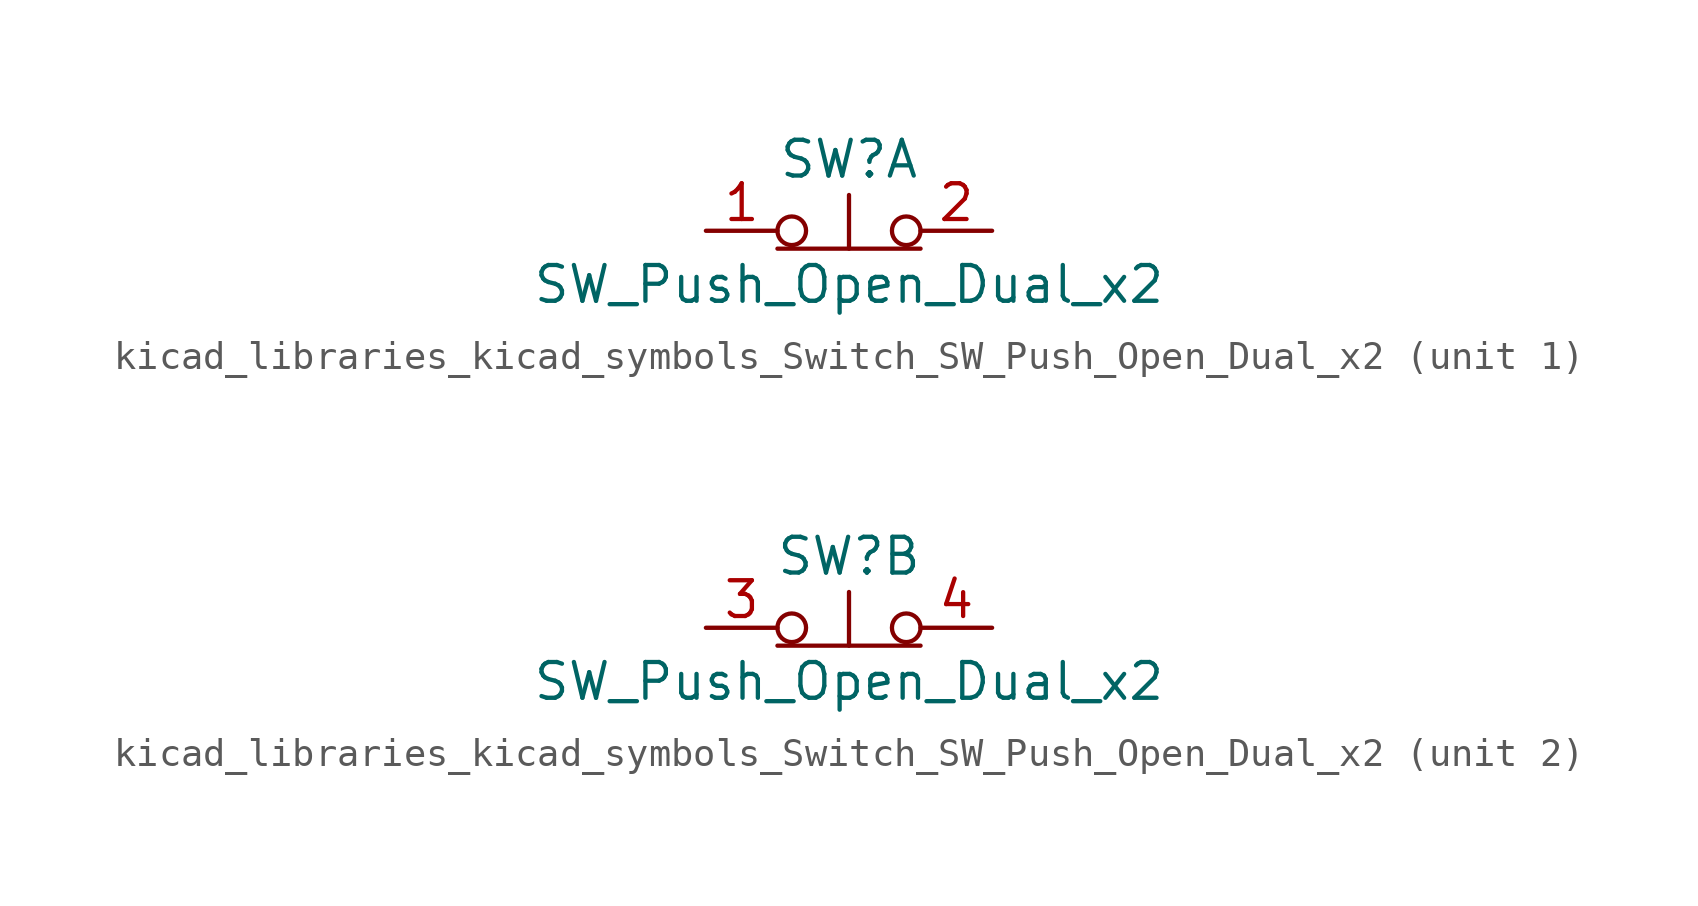
<source format=kicad_sym>
(kicad_symbol_lib
  (version 20220914)
  (generator kicad_symbol_editor)
  (symbol "kicad_libraries_kicad_symbols_Switch_SW_Push_Open_Dual_x2"
    (pin_names
      (offset 1.016) hide)
    (property "Reference" "SW"
      (at 0 2.54 0)
      (effects (font (size 1.27 1.27))))
    (property "Value" "SW_Push_Open_Dual_x2"
      (at 0 -1.905 0)
      (effects (font (size 1.27 1.27))))
    (symbol "kicad_libraries_kicad_symbols_Switch_SW_Push_Open_Dual_x2_0_1"
      (circle (center -2.032 0) (radius 0.508) (stroke (width 0) (type default)) (fill (type none)))
      (polyline (pts (xy -2.54 -0.635) (xy 2.54 -0.635)) (stroke (width 0) (type default)) (fill (type none)))
      (polyline (pts (xy 0 -0.635) (xy 0 1.27)) (stroke (width 0) (type default)) (fill (type none)))
      (circle (center 2.032 0) (radius 0.508) (stroke (width 0) (type default)) (fill (type none))))
    (symbol "kicad_libraries_kicad_symbols_Switch_SW_Push_Open_Dual_x2_1_1"
      (pin passive line (at -5.08 0 0) (length 2.54) (name "1" (effects (font (size 1.27 1.27)))) (number "1" (effects (font (size 1.27 1.27)))))
      (pin passive line (at 5.08 0 180) (length 2.54) (name "2" (effects (font (size 1.27 1.27)))) (number "2" (effects (font (size 1.27 1.27))))))
    (symbol "kicad_libraries_kicad_symbols_Switch_SW_Push_Open_Dual_x2_2_1"
      (pin passive line (at -5.08 0 0) (length 2.54) (name "1" (effects (font (size 1.27 1.27)))) (number "3" (effects (font (size 1.27 1.27)))))
      (pin passive line (at 5.08 0 180) (length 2.54) (name "2" (effects (font (size 1.27 1.27)))) (number "4" (effects (font (size 1.27 1.27))))))))
</source>
